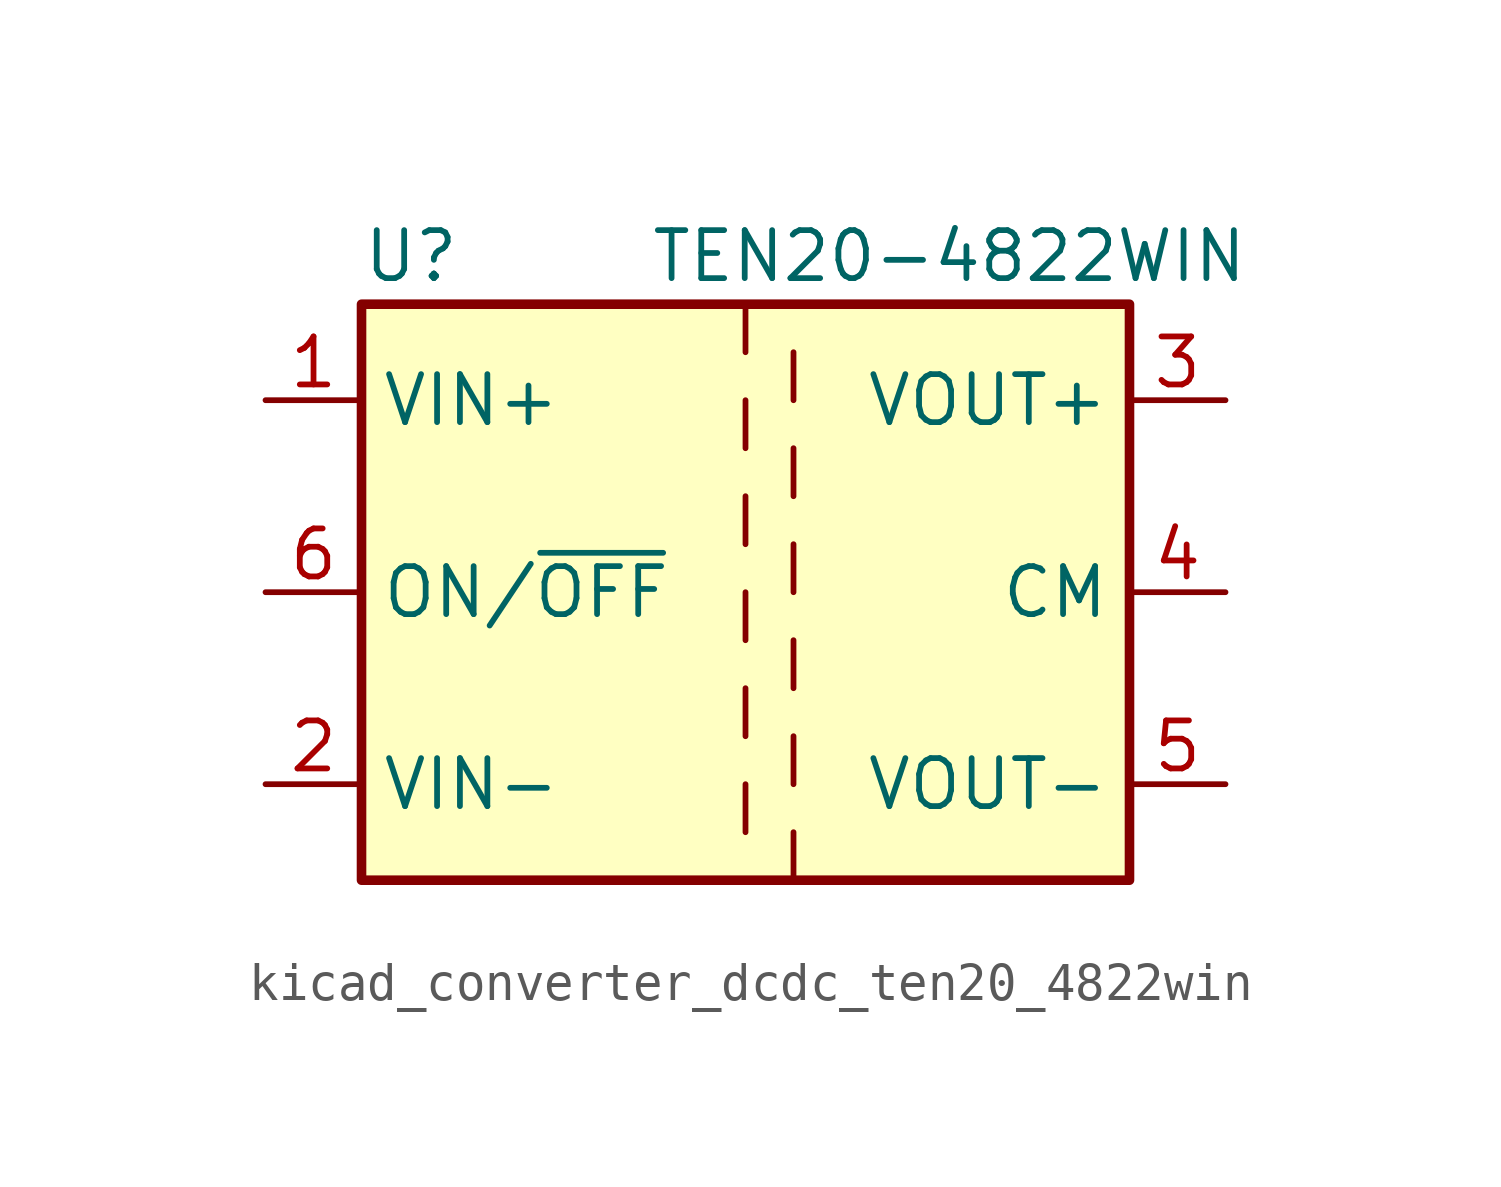
<source format=kicad_sym>
(kicad_symbol_lib
  (version 20220914)
  (generator kicad_symbol_editor)
  (symbol "kicad_converter_dcdc_ten20_4822win"
    (property "Reference" "U"
      (at -10.16 8.89 0)
      (effects (font (size 1.27 1.27)) (justify left)))
    (property "Value" "TEN20-4822WIN"
      (at -2.54 8.89 0)
      (effects (font (size 1.27 1.27)) (justify left)))
    (symbol "kicad_converter_dcdc_ten20_4822win_0_1"
      (rectangle (start -10.16 7.62) (end 10.16 -7.62) (stroke (width 0.254) (type default)) (fill (type background)))
      (polyline (pts (xy 0 -5.08) (xy 0 -6.35)) (stroke (width 0) (type default)) (fill (type none)))
      (polyline (pts (xy 0 -2.54) (xy 0 -3.81)) (stroke (width 0) (type default)) (fill (type none)))
      (polyline (pts (xy 0 0) (xy 0 -1.27)) (stroke (width 0) (type default)) (fill (type none)))
      (polyline (pts (xy 0 2.54) (xy 0 1.27)) (stroke (width 0) (type default)) (fill (type none)))
      (polyline (pts (xy 0 5.08) (xy 0 3.81)) (stroke (width 0) (type default)) (fill (type none)))
      (polyline (pts (xy 0 7.62) (xy 0 6.35)) (stroke (width 0) (type default)) (fill (type none)))
      (polyline (pts (xy 1.27 -7.62) (xy 1.27 -6.35)) (stroke (width 0) (type default)) (fill (type none)))
      (polyline (pts (xy 1.27 -5.08) (xy 1.27 -3.81)) (stroke (width 0) (type default)) (fill (type none)))
      (polyline (pts (xy 1.27 -2.54) (xy 1.27 -1.27)) (stroke (width 0) (type default)) (fill (type none)))
      (polyline (pts (xy 1.27 0) (xy 1.27 1.27)) (stroke (width 0) (type default)) (fill (type none)))
      (polyline (pts (xy 1.27 2.54) (xy 1.27 3.81)) (stroke (width 0) (type default)) (fill (type none)))
      (polyline (pts (xy 1.27 5.08) (xy 1.27 6.35)) (stroke (width 0) (type default)) (fill (type none))))
    (symbol "kicad_converter_dcdc_ten20_4822win_1_1"
      (pin power_in line (at -12.7 5.08 0) (length 2.54) (name "VIN+" (effects (font (size 1.27 1.27)))) (number "1" (effects (font (size 1.27 1.27)))))
      (pin power_in line (at -12.7 -5.08 0) (length 2.54) (name "VIN-" (effects (font (size 1.27 1.27)))) (number "2" (effects (font (size 1.27 1.27)))))
      (pin power_out line (at 12.7 5.08 180) (length 2.54) (name "VOUT+" (effects (font (size 1.27 1.27)))) (number "3" (effects (font (size 1.27 1.27)))))
      (pin power_out line (at 12.7 0 180) (length 2.54) (name "CM" (effects (font (size 1.27 1.27)))) (number "4" (effects (font (size 1.27 1.27)))))
      (pin power_out line (at 12.7 -5.08 180) (length 2.54) (name "VOUT-" (effects (font (size 1.27 1.27)))) (number "5" (effects (font (size 1.27 1.27)))))
      (pin input line (at -12.7 0 0) (length 2.54) (name "ON/~{OFF}" (effects (font (size 1.27 1.27)))) (number "6" (effects (font (size 1.27 1.27))))))))
</source>
